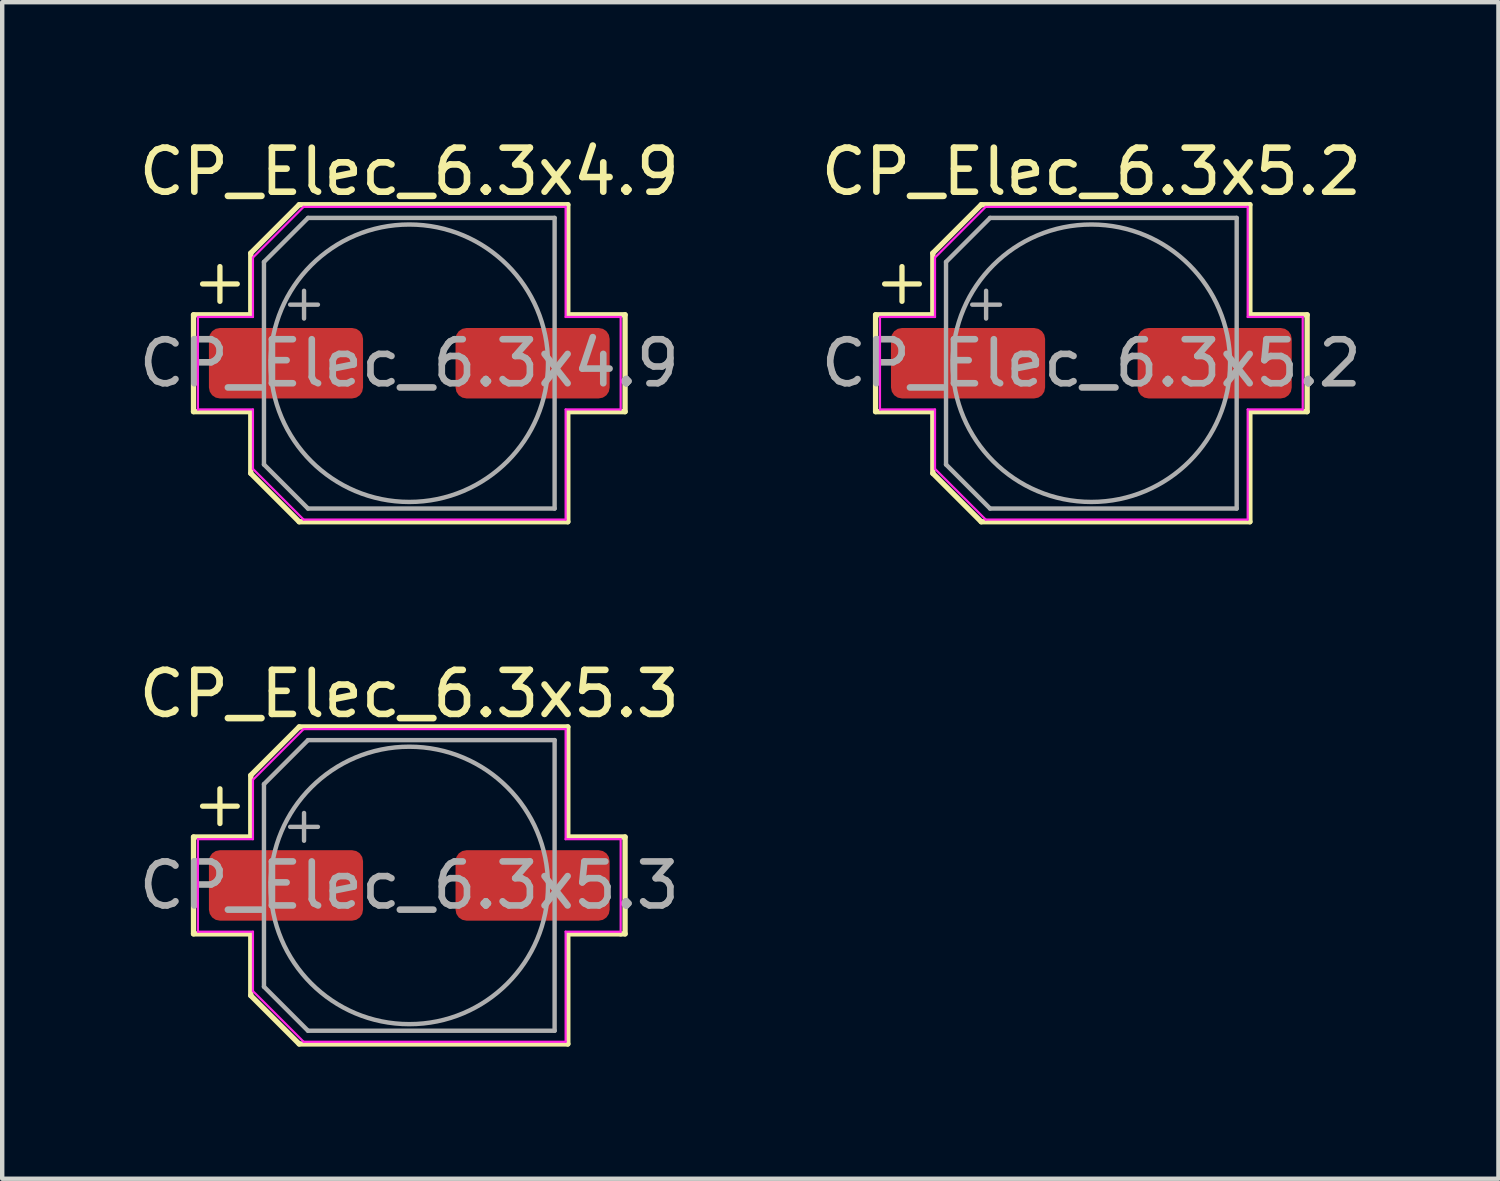
<source format=kicad_pcb>
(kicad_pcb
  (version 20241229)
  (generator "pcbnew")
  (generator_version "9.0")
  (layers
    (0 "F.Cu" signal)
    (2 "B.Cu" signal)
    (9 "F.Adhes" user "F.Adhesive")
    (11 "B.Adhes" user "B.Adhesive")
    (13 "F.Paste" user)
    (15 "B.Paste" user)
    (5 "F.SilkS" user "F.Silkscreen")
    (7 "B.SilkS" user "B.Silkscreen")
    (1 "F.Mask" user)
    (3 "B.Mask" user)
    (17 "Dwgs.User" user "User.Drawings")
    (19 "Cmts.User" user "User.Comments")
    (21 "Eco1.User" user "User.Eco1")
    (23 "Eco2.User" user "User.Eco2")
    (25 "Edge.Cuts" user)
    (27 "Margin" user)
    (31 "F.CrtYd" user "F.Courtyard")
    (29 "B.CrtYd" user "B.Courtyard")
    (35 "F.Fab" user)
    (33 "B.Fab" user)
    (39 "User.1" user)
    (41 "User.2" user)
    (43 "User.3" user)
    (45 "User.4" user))
  (footprint "CP_Elec_6.3x4.9"
    (layer "F.Cu")
    (at 6.244 5.198)
    (property "Reference" "CP_Elec_6.3x4.9" (at 0 -4.35 0) (layer "F.SilkS") (effects (font (size 1 1) (thickness 0.15))))
    (attr smd)
    (fp_line (start -4.9 -1.1) (end -3.6 -1.1) (stroke (width 0.12) (type solid)) (layer "F.SilkS"))
    (fp_line (start -4.9 1.1) (end -4.9 -1.1) (stroke (width 0.12) (type solid)) (layer "F.SilkS"))
    (fp_line (start -4.694 -1.8) (end -3.906 -1.8) (stroke (width 0.12) (type solid)) (layer "F.SilkS"))
    (fp_line (start -4.3 -2.194) (end -4.3 -1.406) (stroke (width 0.12) (type solid)) (layer "F.SilkS"))
    (fp_line (start -3.6 -2.5) (end -2.5 -3.6) (stroke (width 0.12) (type solid)) (layer "F.SilkS"))
    (fp_line (start -3.6 -1.1) (end -3.6 -2.5) (stroke (width 0.12) (type solid)) (layer "F.SilkS"))
    (fp_line (start -3.6 1.1) (end -4.9 1.1) (stroke (width 0.12) (type solid)) (layer "F.SilkS"))
    (fp_line (start -3.6 2.5) (end -3.6 1.1) (stroke (width 0.12) (type solid)) (layer "F.SilkS"))
    (fp_line (start -2.5 -3.6) (end 3.6 -3.6) (stroke (width 0.12) (type solid)) (layer "F.SilkS"))
    (fp_line (start -2.5 3.6) (end -3.6 2.5) (stroke (width 0.12) (type solid)) (layer "F.SilkS"))
    (fp_line (start 3.6 -3.6) (end 3.6 -1.1) (stroke (width 0.12) (type solid)) (layer "F.SilkS"))
    (fp_line (start 3.6 -1.1) (end 4.9 -1.1) (stroke (width 0.12) (type solid)) (layer "F.SilkS"))
    (fp_line (start 3.6 1.1) (end 3.6 3.6) (stroke (width 0.12) (type solid)) (layer "F.SilkS"))
    (fp_line (start 3.6 3.6) (end -2.5 3.6) (stroke (width 0.12) (type solid)) (layer "F.SilkS"))
    (fp_line (start 4.9 -1.1) (end 4.9 1.1) (stroke (width 0.12) (type solid)) (layer "F.SilkS"))
    (fp_line (start 4.9 1.1) (end 3.6 1.1) (stroke (width 0.12) (type solid)) (layer "F.SilkS"))
    (fp_line (start -4.8 -1.05) (end -4.8 1.05) (stroke (width 0.05) (type solid)) (layer "F.CrtYd"))
    (fp_line (start -4.8 1.05) (end -3.55 1.05) (stroke (width 0.05) (type solid)) (layer "F.CrtYd"))
    (fp_line (start -3.55 -2.4) (end -3.55 -1.05) (stroke (width 0.05) (type solid)) (layer "F.CrtYd"))
    (fp_line (start -3.55 -2.4) (end -2.4 -3.55) (stroke (width 0.05) (type solid)) (layer "F.CrtYd"))
    (fp_line (start -3.55 -1.05) (end -4.8 -1.05) (stroke (width 0.05) (type solid)) (layer "F.CrtYd"))
    (fp_line (start -3.55 1.05) (end -3.55 2.4) (stroke (width 0.05) (type solid)) (layer "F.CrtYd"))
    (fp_line (start -3.55 2.4) (end -2.4 3.55) (stroke (width 0.05) (type solid)) (layer "F.CrtYd"))
    (fp_line (start -2.4 -3.55) (end 3.55 -3.55) (stroke (width 0.05) (type solid)) (layer "F.CrtYd"))
    (fp_line (start -2.4 3.55) (end 3.55 3.55) (stroke (width 0.05) (type solid)) (layer "F.CrtYd"))
    (fp_line (start 3.55 -3.55) (end 3.55 -1.05) (stroke (width 0.05) (type solid)) (layer "F.CrtYd"))
    (fp_line (start 3.55 -1.05) (end 4.8 -1.05) (stroke (width 0.05) (type solid)) (layer "F.CrtYd"))
    (fp_line (start 3.55 1.05) (end 3.55 3.55) (stroke (width 0.05) (type solid)) (layer "F.CrtYd"))
    (fp_line (start 4.8 -1.05) (end 4.8 1.05) (stroke (width 0.05) (type solid)) (layer "F.CrtYd"))
    (fp_line (start 4.8 1.05) (end 3.55 1.05) (stroke (width 0.05) (type solid)) (layer "F.CrtYd"))
    (fp_line (start -3.3 -2.3) (end -3.3 2.3) (stroke (width 0.1) (type solid)) (layer "F.Fab"))
    (fp_line (start -3.3 -2.3) (end -2.3 -3.3) (stroke (width 0.1) (type solid)) (layer "F.Fab"))
    (fp_line (start -3.3 2.3) (end -2.3 3.3) (stroke (width 0.1) (type solid)) (layer "F.Fab"))
    (fp_line (start -2.705 -1.33) (end -2.075 -1.33) (stroke (width 0.1) (type solid)) (layer "F.Fab"))
    (fp_line (start -2.39 -1.645) (end -2.39 -1.015) (stroke (width 0.1) (type solid)) (layer "F.Fab"))
    (fp_line (start -2.3 -3.3) (end 3.3 -3.3) (stroke (width 0.1) (type solid)) (layer "F.Fab"))
    (fp_line (start -2.3 3.3) (end 3.3 3.3) (stroke (width 0.1) (type solid)) (layer "F.Fab"))
    (fp_line (start 3.3 -3.3) (end 3.3 3.3) (stroke (width 0.1) (type solid)) (layer "F.Fab"))
    (fp_circle (center 0 0) (end 3.15 0) (stroke (width 0.1) (type solid)) (fill no) (layer "F.Fab"))
    (fp_text user "${REFERENCE}" (at 0 0 0) (layer "F.Fab") (effects (font (size 1 1) (thickness 0.15))))
    (pad "1" smd roundrect (at -2.8 0) (size 3.5 1.6) (layers "F.Cu" "F.Mask" "F.Paste") (roundrect_rratio 0.156))
    (pad "2" smd roundrect (at 2.8 0) (size 3.5 1.6) (layers "F.Cu" "F.Mask" "F.Paste") (roundrect_rratio 0.156)))
  (footprint "CP_Elec_6.3x5.3"
    (layer "F.Cu")
    (at 6.244 17.056)
    (property "Reference" "CP_Elec_6.3x5.3" (at 0 -4.35 0) (layer "F.SilkS") (effects (font (size 1 1) (thickness 0.15))))
    (attr smd)
    (fp_line (start -4.9 -1.1) (end -4.9 1.1) (stroke (width 0.12) (type solid)) (layer "F.SilkS"))
    (fp_line (start -4.9 1.1) (end -3.6 1.1) (stroke (width 0.12) (type solid)) (layer "F.SilkS"))
    (fp_line (start -4.694 -1.8) (end -3.906 -1.8) (stroke (width 0.12) (type solid)) (layer "F.SilkS"))
    (fp_line (start -4.3 -2.194) (end -4.3 -1.406) (stroke (width 0.12) (type solid)) (layer "F.SilkS"))
    (fp_line (start -3.6 -2.5) (end -3.6 -1.1) (stroke (width 0.12) (type solid)) (layer "F.SilkS"))
    (fp_line (start -3.6 -1.1) (end -4.9 -1.1) (stroke (width 0.12) (type solid)) (layer "F.SilkS"))
    (fp_line (start -3.6 1.1) (end -3.6 2.5) (stroke (width 0.12) (type solid)) (layer "F.SilkS"))
    (fp_line (start -3.6 2.5) (end -2.5 3.6) (stroke (width 0.12) (type solid)) (layer "F.SilkS"))
    (fp_line (start -2.5 -3.6) (end -3.6 -2.5) (stroke (width 0.12) (type solid)) (layer "F.SilkS"))
    (fp_line (start -2.5 3.6) (end 3.6 3.6) (stroke (width 0.12) (type solid)) (layer "F.SilkS"))
    (fp_line (start 3.6 -3.6) (end -2.5 -3.6) (stroke (width 0.12) (type solid)) (layer "F.SilkS"))
    (fp_line (start 3.6 -1.1) (end 3.6 -3.6) (stroke (width 0.12) (type solid)) (layer "F.SilkS"))
    (fp_line (start 3.6 1.1) (end 4.8 1.1) (stroke (width 0.12) (type solid)) (layer "F.SilkS"))
    (fp_line (start 3.6 3.6) (end 3.6 1.1) (stroke (width 0.12) (type solid)) (layer "F.SilkS"))
    (fp_line (start 4.8 1.1) (end 4.9 1.1) (stroke (width 0.12) (type solid)) (layer "F.SilkS"))
    (fp_line (start 4.9 -1.1) (end 3.6 -1.1) (stroke (width 0.12) (type solid)) (layer "F.SilkS"))
    (fp_line (start 4.9 1.1) (end 4.9 -1.1) (stroke (width 0.12) (type solid)) (layer "F.SilkS"))
    (fp_line (start -4.8 -1.05) (end -4.8 1.05) (stroke (width 0.05) (type solid)) (layer "F.CrtYd"))
    (fp_line (start -4.8 1.05) (end -3.55 1.05) (stroke (width 0.05) (type solid)) (layer "F.CrtYd"))
    (fp_line (start -3.55 -2.4) (end -3.55 -1.05) (stroke (width 0.05) (type solid)) (layer "F.CrtYd"))
    (fp_line (start -3.55 -2.4) (end -2.4 -3.55) (stroke (width 0.05) (type solid)) (layer "F.CrtYd"))
    (fp_line (start -3.55 -1.05) (end -4.8 -1.05) (stroke (width 0.05) (type solid)) (layer "F.CrtYd"))
    (fp_line (start -3.55 1.05) (end -3.55 2.4) (stroke (width 0.05) (type solid)) (layer "F.CrtYd"))
    (fp_line (start -3.55 2.4) (end -2.4 3.55) (stroke (width 0.05) (type solid)) (layer "F.CrtYd"))
    (fp_line (start -2.4 -3.55) (end 3.55 -3.55) (stroke (width 0.05) (type solid)) (layer "F.CrtYd"))
    (fp_line (start -2.4 3.55) (end 3.55 3.55) (stroke (width 0.05) (type solid)) (layer "F.CrtYd"))
    (fp_line (start 3.55 -3.55) (end 3.55 -1.05) (stroke (width 0.05) (type solid)) (layer "F.CrtYd"))
    (fp_line (start 3.55 -1.05) (end 4.8 -1.05) (stroke (width 0.05) (type solid)) (layer "F.CrtYd"))
    (fp_line (start 3.55 1.05) (end 3.55 3.55) (stroke (width 0.05) (type solid)) (layer "F.CrtYd"))
    (fp_line (start 4.8 -1.05) (end 4.8 1.05) (stroke (width 0.05) (type solid)) (layer "F.CrtYd"))
    (fp_line (start 4.8 1.05) (end 3.55 1.05) (stroke (width 0.05) (type solid)) (layer "F.CrtYd"))
    (fp_line (start -3.3 -2.3) (end -3.3 2.3) (stroke (width 0.1) (type solid)) (layer "F.Fab"))
    (fp_line (start -3.3 -2.3) (end -2.3 -3.3) (stroke (width 0.1) (type solid)) (layer "F.Fab"))
    (fp_line (start -3.3 2.3) (end -2.3 3.3) (stroke (width 0.1) (type solid)) (layer "F.Fab"))
    (fp_line (start -2.705 -1.33) (end -2.075 -1.33) (stroke (width 0.1) (type solid)) (layer "F.Fab"))
    (fp_line (start -2.39 -1.645) (end -2.39 -1.015) (stroke (width 0.1) (type solid)) (layer "F.Fab"))
    (fp_line (start -2.3 -3.3) (end 3.3 -3.3) (stroke (width 0.1) (type solid)) (layer "F.Fab"))
    (fp_line (start -2.3 3.3) (end 3.3 3.3) (stroke (width 0.1) (type solid)) (layer "F.Fab"))
    (fp_line (start 3.3 -3.3) (end 3.3 3.3) (stroke (width 0.1) (type solid)) (layer "F.Fab"))
    (fp_circle (center 0 0) (end 3.15 0) (stroke (width 0.1) (type solid)) (fill no) (layer "F.Fab"))
    (fp_text user "${REFERENCE}" (at 0 0 0) (layer "F.Fab") (effects (font (size 1 1) (thickness 0.15))))
    (pad "1" smd roundrect (at -2.8 0) (size 3.5 1.6) (layers "F.Cu" "F.Mask" "F.Paste") (roundrect_rratio 0.156))
    (pad "2" smd roundrect (at 2.8 0) (size 3.5 1.6) (layers "F.Cu" "F.Mask" "F.Paste") (roundrect_rratio 0.156)))
  (footprint "CP_Elec_6.3x5.2"
    (layer "F.Cu")
    (at 21.732 5.198)
    (property "Reference" "CP_Elec_6.3x5.2" (at 0 -4.35 0) (layer "F.SilkS") (effects (font (size 1 1) (thickness 0.15))))
    (attr smd)
    (fp_line (start -4.9 -1.1) (end -4.9 1.1) (stroke (width 0.12) (type solid)) (layer "F.SilkS"))
    (fp_line (start -4.9 1.1) (end -3.6 1.1) (stroke (width 0.12) (type solid)) (layer "F.SilkS"))
    (fp_line (start -4.694 -1.8) (end -3.906 -1.8) (stroke (width 0.12) (type solid)) (layer "F.SilkS"))
    (fp_line (start -4.3 -2.194) (end -4.3 -1.406) (stroke (width 0.12) (type solid)) (layer "F.SilkS"))
    (fp_line (start -3.6 -1.1) (end -4.9 -1.1) (stroke (width 0.12) (type solid)) (layer "F.SilkS"))
    (fp_line (start -3.6 -1.1) (end -3.6 -2.5) (stroke (width 0.12) (type solid)) (layer "F.SilkS"))
    (fp_line (start -3.6 1.1) (end -3.6 2.5) (stroke (width 0.12) (type solid)) (layer "F.SilkS"))
    (fp_line (start -3.6 2.5) (end -2.5 3.6) (stroke (width 0.12) (type solid)) (layer "F.SilkS"))
    (fp_line (start -2.5 -3.6) (end -3.6 -2.5) (stroke (width 0.12) (type solid)) (layer "F.SilkS"))
    (fp_line (start -2.5 3.6) (end 3.6 3.6) (stroke (width 0.12) (type solid)) (layer "F.SilkS"))
    (fp_line (start 3.6 -3.6) (end -2.5 -3.6) (stroke (width 0.12) (type solid)) (layer "F.SilkS"))
    (fp_line (start 3.6 -1.1) (end 3.6 -3.6) (stroke (width 0.12) (type solid)) (layer "F.SilkS"))
    (fp_line (start 3.6 1.1) (end 4.9 1.1) (stroke (width 0.12) (type solid)) (layer "F.SilkS"))
    (fp_line (start 3.6 3.6) (end 3.6 1.1) (stroke (width 0.12) (type solid)) (layer "F.SilkS"))
    (fp_line (start 4.9 -1.1) (end 3.6 -1.1) (stroke (width 0.12) (type solid)) (layer "F.SilkS"))
    (fp_line (start 4.9 1.1) (end 4.9 -1.1) (stroke (width 0.12) (type solid)) (layer "F.SilkS"))
    (fp_line (start -4.8 -1.05) (end -4.8 1.05) (stroke (width 0.05) (type solid)) (layer "F.CrtYd"))
    (fp_line (start -4.8 1.05) (end -3.55 1.05) (stroke (width 0.05) (type solid)) (layer "F.CrtYd"))
    (fp_line (start -3.55 -2.4) (end -3.55 -1.05) (stroke (width 0.05) (type solid)) (layer "F.CrtYd"))
    (fp_line (start -3.55 -2.4) (end -2.4 -3.55) (stroke (width 0.05) (type solid)) (layer "F.CrtYd"))
    (fp_line (start -3.55 -1.05) (end -4.8 -1.05) (stroke (width 0.05) (type solid)) (layer "F.CrtYd"))
    (fp_line (start -3.55 1.05) (end -3.55 2.4) (stroke (width 0.05) (type solid)) (layer "F.CrtYd"))
    (fp_line (start -3.55 2.4) (end -2.4 3.55) (stroke (width 0.05) (type solid)) (layer "F.CrtYd"))
    (fp_line (start -2.4 -3.55) (end 3.55 -3.55) (stroke (width 0.05) (type solid)) (layer "F.CrtYd"))
    (fp_line (start -2.4 3.55) (end 3.55 3.55) (stroke (width 0.05) (type solid)) (layer "F.CrtYd"))
    (fp_line (start 3.55 -3.55) (end 3.55 -1.05) (stroke (width 0.05) (type solid)) (layer "F.CrtYd"))
    (fp_line (start 3.55 -1.05) (end 4.8 -1.05) (stroke (width 0.05) (type solid)) (layer "F.CrtYd"))
    (fp_line (start 3.55 1.05) (end 3.55 3.55) (stroke (width 0.05) (type solid)) (layer "F.CrtYd"))
    (fp_line (start 4.8 -1.05) (end 4.8 1.05) (stroke (width 0.05) (type solid)) (layer "F.CrtYd"))
    (fp_line (start 4.8 1.05) (end 3.55 1.05) (stroke (width 0.05) (type solid)) (layer "F.CrtYd"))
    (fp_line (start -3.3 -2.3) (end -3.3 2.3) (stroke (width 0.1) (type solid)) (layer "F.Fab"))
    (fp_line (start -3.3 -2.3) (end -2.3 -3.3) (stroke (width 0.1) (type solid)) (layer "F.Fab"))
    (fp_line (start -3.3 2.3) (end -2.3 3.3) (stroke (width 0.1) (type solid)) (layer "F.Fab"))
    (fp_line (start -2.705 -1.33) (end -2.075 -1.33) (stroke (width 0.1) (type solid)) (layer "F.Fab"))
    (fp_line (start -2.39 -1.645) (end -2.39 -1.015) (stroke (width 0.1) (type solid)) (layer "F.Fab"))
    (fp_line (start -2.3 -3.3) (end 3.3 -3.3) (stroke (width 0.1) (type solid)) (layer "F.Fab"))
    (fp_line (start -2.3 3.3) (end 3.3 3.3) (stroke (width 0.1) (type solid)) (layer "F.Fab"))
    (fp_line (start 3.3 -3.3) (end 3.3 3.3) (stroke (width 0.1) (type solid)) (layer "F.Fab"))
    (fp_circle (center 0 0) (end 3.15 0) (stroke (width 0.1) (type solid)) (fill no) (layer "F.Fab"))
    (fp_text user "${REFERENCE}" (at 0 0 0) (layer "F.Fab") (effects (font (size 1 1) (thickness 0.15))))
    (pad "1" smd roundrect (at -2.8 0) (size 3.5 1.6) (layers "F.Cu" "F.Mask" "F.Paste") (roundrect_rratio 0.156))
    (pad "2" smd roundrect (at 2.8 0) (size 3.5 1.6) (layers "F.Cu" "F.Mask" "F.Paste") (roundrect_rratio 0.156)))
  (gr_rect
    (start -3 -3)
    (end 30.976 23.716)
    (stroke (width 0.1) (type default))
    (fill no)
    (layer "Edge.Cuts")))
</source>
